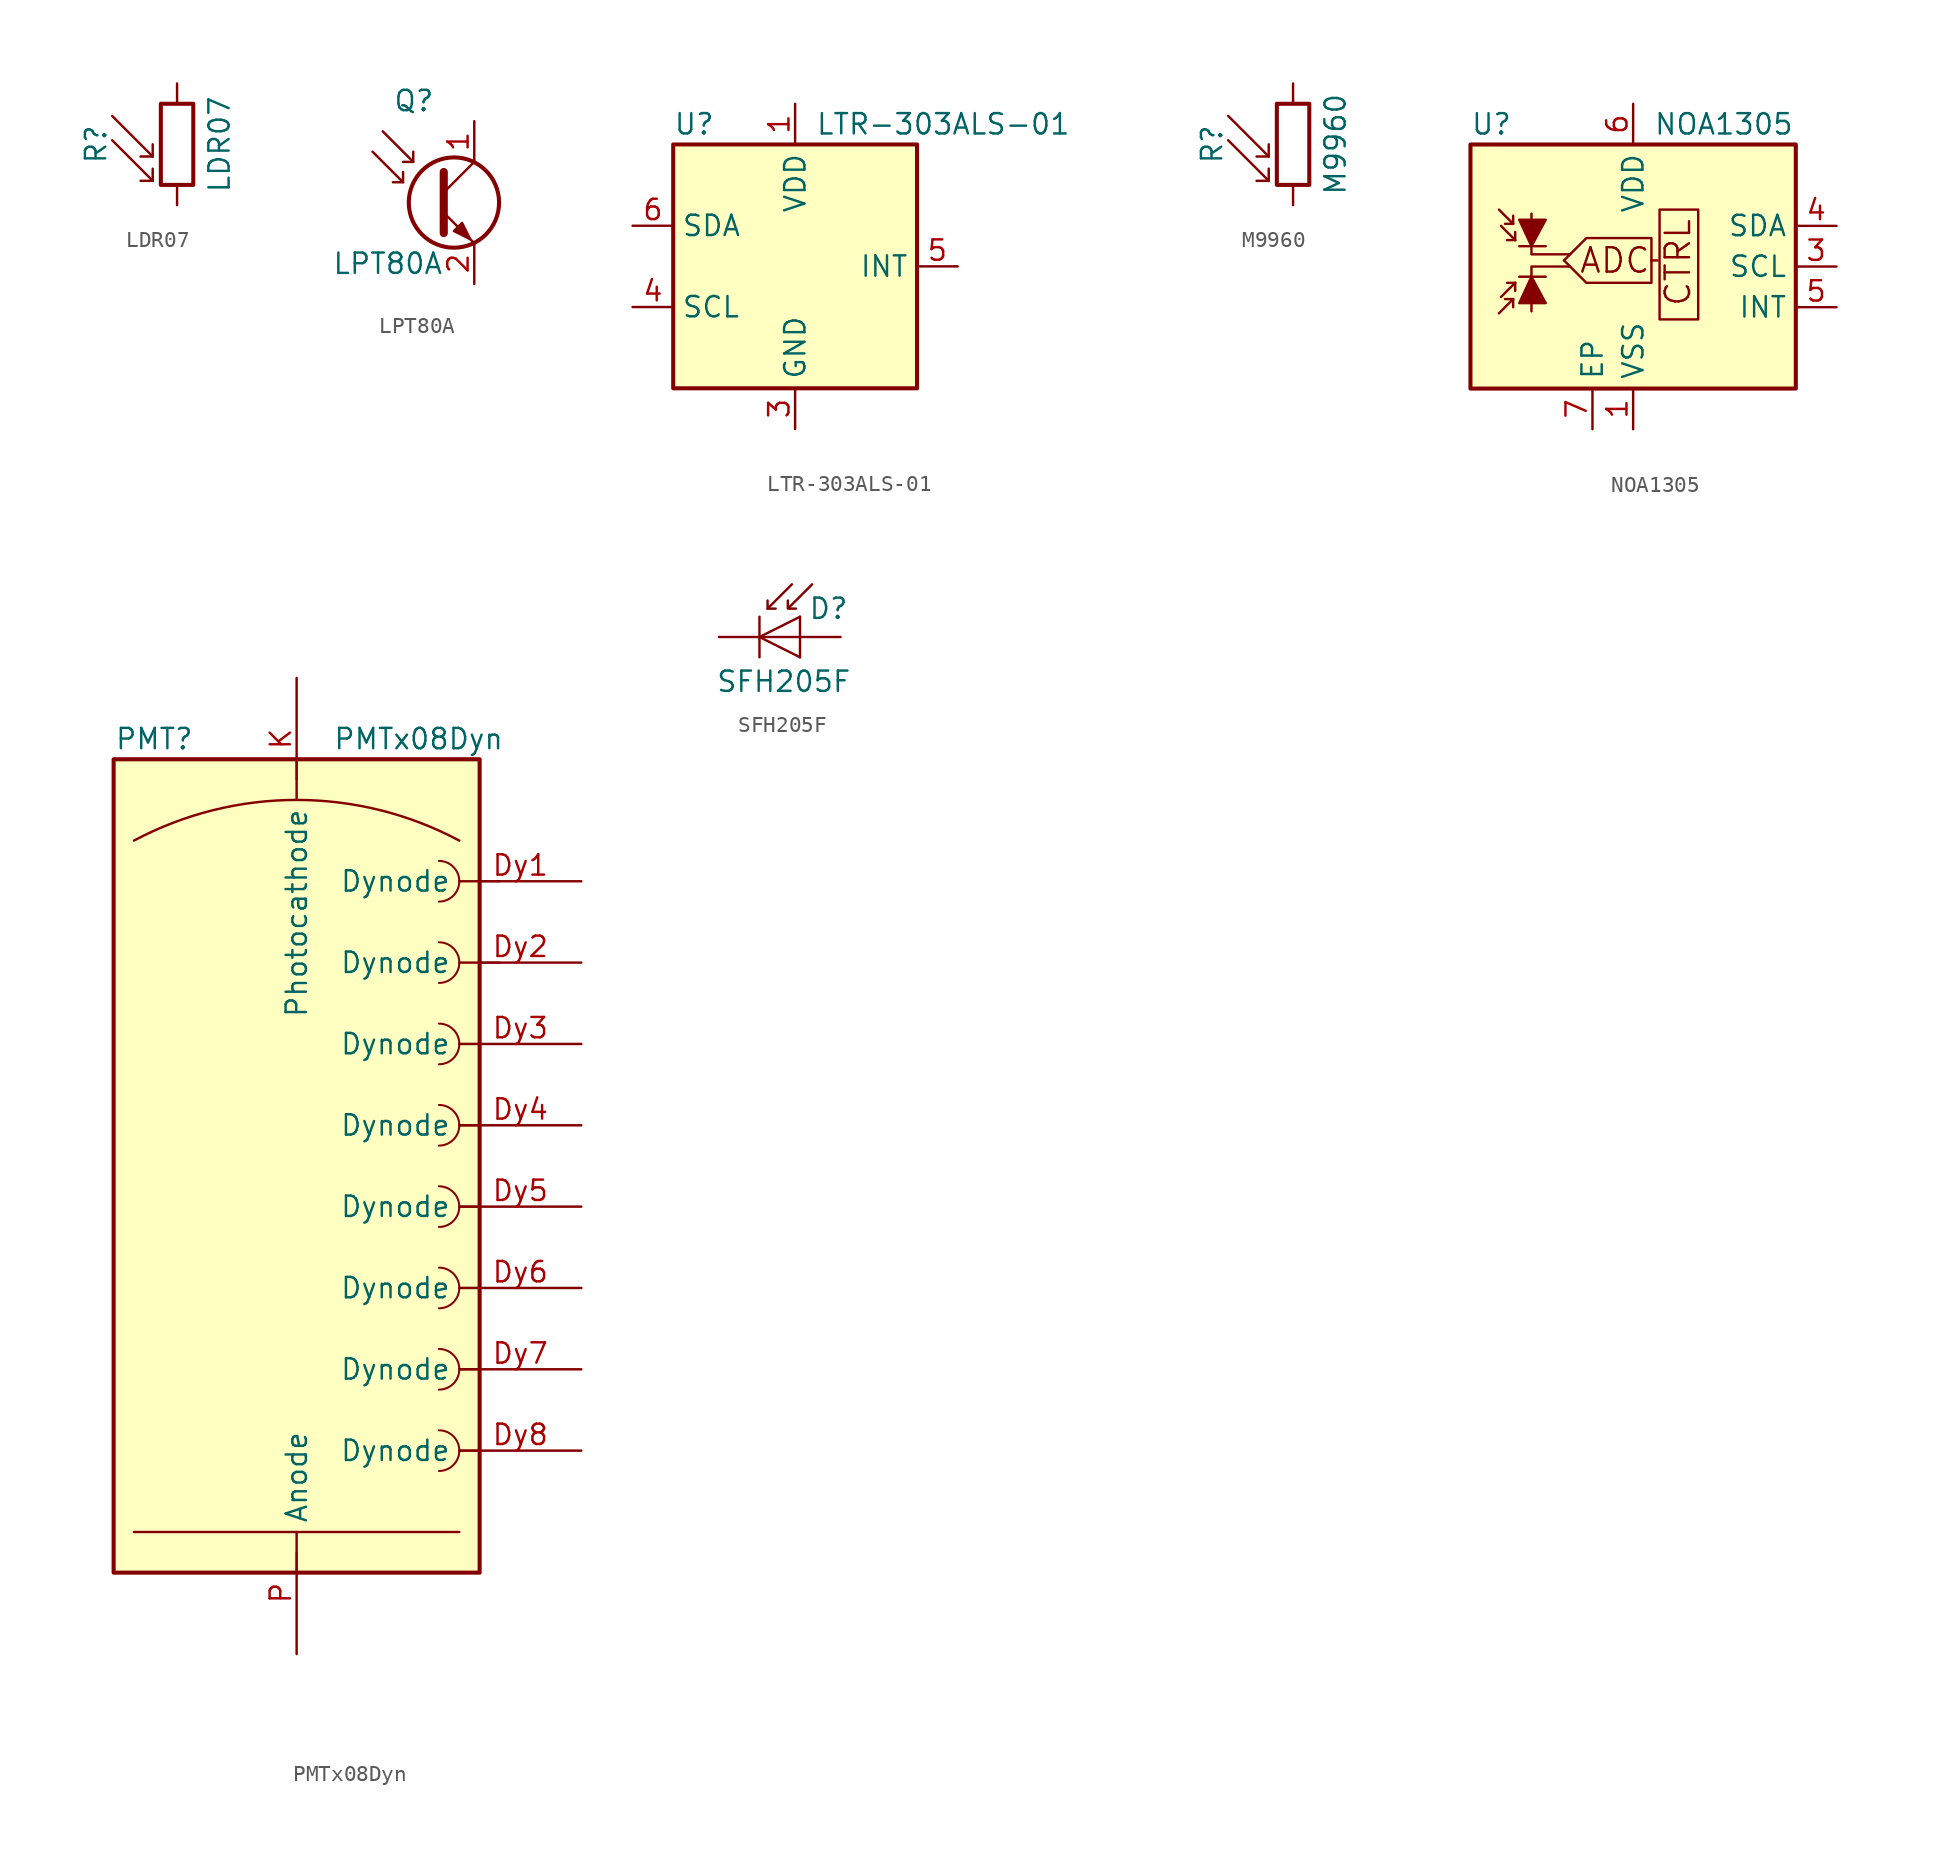
<source format=kicad_sym>
(kicad_symbol_lib
  (version 20201005)
  (generator kicad_symbol_editor)
  (symbol "LDR07"
    (pin_numbers hide)
    (pin_names
      (offset 0))
    (property "Reference" "R"
      (at -5.08 0 90)
      (effects (font (size 1.27 1.27))))
    (property "Value" "LDR07"
      (at 1.905 0 90)
      (effects (font (size 1.27 1.27)) (justify top)))
    (symbol "LDR07_0_1"
      (rectangle (start -1.016 2.54) (end 1.016 -2.54) (stroke (width 0.254)) (fill (type none)))
      (polyline (pts (xy -1.524 -2.286) (xy -4.064 0.254)) (stroke (width 0)) (fill (type none)))
      (polyline (pts (xy -1.524 -2.286) (xy -2.286 -2.286)) (stroke (width 0)) (fill (type none)))
      (polyline (pts (xy -1.524 -2.286) (xy -1.524 -1.524)) (stroke (width 0)) (fill (type none)))
      (polyline (pts (xy -1.524 -0.762) (xy -4.064 1.778)) (stroke (width 0)) (fill (type none)))
      (polyline (pts (xy -1.524 -0.762) (xy -2.286 -0.762)) (stroke (width 0)) (fill (type none)))
      (polyline (pts (xy -1.524 -0.762) (xy -1.524 0)) (stroke (width 0)) (fill (type none))))
    (symbol "LDR07_1_1"
      (pin passive line (at 0 3.81 270) (length 1.27) (name "~" (effects (font (size 1.27 1.27)))) (number "1" (effects (font (size 1.27 1.27)))))
      (pin passive line (at 0 -3.81 90) (length 1.27) (name "~" (effects (font (size 1.27 1.27)))) (number "2" (effects (font (size 1.27 1.27)))))))
  (symbol "LPT80A"
    (pin_names hide)
    (property "Reference" "Q"
      (at -5.08 6.35 0)
      (effects (font (size 1.27 1.27)) (justify left)))
    (property "Value" "LPT80A"
      (at -8.89 -3.81 0)
      (effects (font (size 1.27 1.27)) (justify left)))
    (symbol "LPT80A_0_1"
      (circle (center -1.27 0) (radius 2.819) (stroke (width 0.254)) (fill (type none)))
      (polyline (pts (xy -4.445 1.27) (xy -5.08 1.27)) (stroke (width 0)) (fill (type none)))
      (polyline (pts (xy -3.81 2.54) (xy -4.445 2.54)) (stroke (width 0)) (fill (type none)))
      (polyline (pts (xy -1.905 0.635) (xy 0 2.54)) (stroke (width 0)) (fill (type none)))
      (polyline (pts (xy -6.35 3.175) (xy -4.445 1.27) (xy -4.445 1.905)) (stroke (width 0)) (fill (type none)))
      (polyline (pts (xy -5.715 4.445) (xy -3.81 2.54) (xy -3.81 3.175)) (stroke (width 0)) (fill (type none)))
      (polyline (pts (xy -1.905 -0.635) (xy 0 -2.54) (xy 0 -2.54)) (stroke (width 0)) (fill (type none)))
      (polyline (pts (xy -1.905 1.905) (xy -1.905 -1.905) (xy -1.905 -1.905)) (stroke (width 0.508)) (fill (type none)))
      (polyline (pts (xy -1.27 -1.778) (xy -0.762 -1.27) (xy -0.254 -2.286) (xy -1.27 -1.778) (xy -1.27 -1.778)) (stroke (width 0)) (fill (type outline))))
    (symbol "LPT80A_1_1"
      (pin passive line (at 0 5.08 270) (length 2.54) (name "C" (effects (font (size 1.27 1.27)))) (number "1" (effects (font (size 1.27 1.27)))))
      (pin passive line (at 0 -5.08 90) (length 2.54) (name "E" (effects (font (size 1.27 1.27)))) (number "2" (effects (font (size 1.27 1.27)))))))
  (symbol "LTR-303ALS-01"
    (property "Reference" "U"
      (at -7.62 8.89 0)
      (effects (font (size 1.27 1.27)) (justify left)))
    (property "Value" "LTR-303ALS-01"
      (at 1.27 8.89 0)
      (effects (font (size 1.27 1.27)) (justify left)))
    (symbol "LTR-303ALS-01_0_1"
      (rectangle (start -7.62 7.62) (end 7.62 -7.62) (stroke (width 0.254)) (fill (type background))))
    (symbol "LTR-303ALS-01_1_1"
      (pin power_in line (at 0 10.16 270) (length 2.54) (name "VDD" (effects (font (size 1.27 1.27)))) (number "1" (effects (font (size 1.27 1.27)))))
      (pin no_connect line (at 2.54 0 180) (length 2.54) hide (name "NC" (effects (font (size 1.27 1.27)))) (number "2" (effects (font (size 1.27 1.27)))))
      (pin power_in line (at 0 -10.16 90) (length 2.54) (name "GND" (effects (font (size 1.27 1.27)))) (number "3" (effects (font (size 1.27 1.27)))))
      (pin input line (at -10.16 -2.54 0) (length 2.54) (name "SCL" (effects (font (size 1.27 1.27)))) (number "4" (effects (font (size 1.27 1.27)))))
      (pin open_collector line (at 10.16 0 180) (length 2.54) (name "INT" (effects (font (size 1.27 1.27)))) (number "5" (effects (font (size 1.27 1.27)))))
      (pin bidirectional line (at -10.16 2.54 0) (length 2.54) (name "SDA" (effects (font (size 1.27 1.27)))) (number "6" (effects (font (size 1.27 1.27)))))))
  (symbol "M9960"
    (pin_numbers hide)
    (pin_names
      (offset 0))
    (property "Reference" "R"
      (at -5.08 0 90)
      (effects (font (size 1.27 1.27))))
    (property "Value" "M9960"
      (at 1.905 0 90)
      (effects (font (size 1.27 1.27)) (justify top)))
    (symbol "M9960_0_1"
      (rectangle (start -1.016 2.54) (end 1.016 -2.54) (stroke (width 0.254)) (fill (type none)))
      (polyline (pts (xy -1.524 -2.286) (xy -4.064 0.254)) (stroke (width 0)) (fill (type none)))
      (polyline (pts (xy -1.524 -2.286) (xy -2.286 -2.286)) (stroke (width 0)) (fill (type none)))
      (polyline (pts (xy -1.524 -2.286) (xy -1.524 -1.524)) (stroke (width 0)) (fill (type none)))
      (polyline (pts (xy -1.524 -0.762) (xy -4.064 1.778)) (stroke (width 0)) (fill (type none)))
      (polyline (pts (xy -1.524 -0.762) (xy -2.286 -0.762)) (stroke (width 0)) (fill (type none)))
      (polyline (pts (xy -1.524 -0.762) (xy -1.524 0)) (stroke (width 0)) (fill (type none))))
    (symbol "M9960_1_1"
      (pin passive line (at 0 3.81 270) (length 1.27) (name "~" (effects (font (size 1.27 1.27)))) (number "1" (effects (font (size 1.27 1.27)))))
      (pin passive line (at 0 -3.81 90) (length 1.27) (name "~" (effects (font (size 1.27 1.27)))) (number "2" (effects (font (size 1.27 1.27)))))))
  (symbol "NOA1305"
    (property "Reference" "U"
      (at -10.16 8.89 0)
      (effects (font (size 1.27 1.27)) (justify left)))
    (property "Value" "NOA1305"
      (at 1.27 8.89 0)
      (effects (font (size 1.27 1.27)) (justify left)))
    (symbol "NOA1305_0_0"
      (text "ADC" (at -1.143 0.381 0) (effects (font (size 1.524 1.524))))
      (text "CTRL" (at 2.794 0.254 900) (effects (font (size 1.524 1.524))))
      (rectangle (start 1.651 3.556) (end 4.064 -3.302) (stroke (width 0)) (fill (type none)))
      (polyline (pts (xy 1.143 0.381) (xy 1.524 0.381)) (stroke (width 0)) (fill (type none)))
      (polyline (pts (xy -6.35 -2.794) (xy -6.35 0) (xy -3.937 0)) (stroke (width 0)) (fill (type none)))
      (polyline (pts (xy -6.35 3.302) (xy -6.35 0.762) (xy -3.937 0.762)) (stroke (width 0)) (fill (type none)))
      (polyline (pts (xy -4.318 0.381) (xy -2.921 -1.016) (xy 1.143 -1.016) (xy 1.143 0.381)) (stroke (width 0)) (fill (type none)))
      (polyline (pts (xy -4.318 0.381) (xy -2.921 1.778) (xy 1.143 1.778) (xy 1.143 0.381)) (stroke (width 0)) (fill (type none))))
    (symbol "NOA1305_0_1"
      (rectangle (start 10.16 7.62) (end -10.16 -7.62) (stroke (width 0.254)) (fill (type background)))
      (polyline (pts (xy -7.493 -2.032) (xy -8.382 -2.921)) (stroke (width 0)) (fill (type none)))
      (polyline (pts (xy -7.493 -2.032) (xy -8.001 -2.032)) (stroke (width 0)) (fill (type none)))
      (polyline (pts (xy -7.493 -2.032) (xy -7.493 -2.54)) (stroke (width 0)) (fill (type none)))
      (polyline (pts (xy -7.493 2.667) (xy -8.382 3.556)) (stroke (width 0)) (fill (type none)))
      (polyline (pts (xy -7.493 2.667) (xy -8.001 2.667)) (stroke (width 0)) (fill (type none)))
      (polyline (pts (xy -7.493 2.667) (xy -7.493 3.175)) (stroke (width 0)) (fill (type none)))
      (polyline (pts (xy -7.366 -1.016) (xy -8.255 -1.905)) (stroke (width 0)) (fill (type none)))
      (polyline (pts (xy -7.366 -1.016) (xy -7.874 -1.016)) (stroke (width 0)) (fill (type none)))
      (polyline (pts (xy -7.366 -1.016) (xy -7.366 -1.524)) (stroke (width 0)) (fill (type none)))
      (polyline (pts (xy -7.366 1.651) (xy -8.255 2.54)) (stroke (width 0)) (fill (type none)))
      (polyline (pts (xy -7.366 1.651) (xy -7.874 1.651)) (stroke (width 0)) (fill (type none)))
      (polyline (pts (xy -7.366 1.651) (xy -7.366 2.159)) (stroke (width 0)) (fill (type none)))
      (polyline (pts (xy -7.112 -0.635) (xy -5.461 -0.635)) (stroke (width 0)) (fill (type none)))
      (polyline (pts (xy -7.112 1.27) (xy -5.461 1.27)) (stroke (width 0)) (fill (type none)))
      (polyline (pts (xy -7.112 -2.286) (xy -5.461 -2.286) (xy -6.35 -0.635) (xy -7.112 -2.286)) (stroke (width 0)) (fill (type outline)))
      (polyline (pts (xy -7.112 2.921) (xy -5.461 2.921) (xy -6.35 1.27) (xy -7.112 2.921)) (stroke (width 0)) (fill (type outline))))
    (symbol "NOA1305_1_1"
      (pin power_in line (at 0 -10.16 90) (length 2.54) (name "VSS" (effects (font (size 1.27 1.27)))) (number "1" (effects (font (size 1.27 1.27)))))
      (pin no_connect line (at -10.16 5.08 0) (length 2.54) hide (name "NC" (effects (font (size 1.27 1.27)))) (number "2" (effects (font (size 1.27 1.27)))))
      (pin input line (at 12.7 0 180) (length 2.54) (name "SCL" (effects (font (size 1.27 1.27)))) (number "3" (effects (font (size 1.27 1.27)))))
      (pin bidirectional line (at 12.7 2.54 180) (length 2.54) (name "SDA" (effects (font (size 1.27 1.27)))) (number "4" (effects (font (size 1.27 1.27)))))
      (pin open_collector line (at 12.7 -2.54 180) (length 2.54) (name "INT" (effects (font (size 1.27 1.27)))) (number "5" (effects (font (size 1.27 1.27)))))
      (pin power_in line (at 0 10.16 270) (length 2.54) (name "VDD" (effects (font (size 1.27 1.27)))) (number "6" (effects (font (size 1.27 1.27)))))
      (pin passive line (at -2.54 -10.16 90) (length 2.54) (name "EP" (effects (font (size 1.27 1.27)))) (number "7" (effects (font (size 1.27 1.27)))))))
  (symbol "PMTx08Dyn"
    (property "Reference" "PMT"
      (at -8.89 26.67 0)
      (effects (font (size 1.27 1.27))))
    (property "Value" "PMTx08Dyn"
      (at 7.62 26.67 0)
      (effects (font (size 1.27 1.27))))
    (symbol "PMTx08Dyn_0_1"
      (arc (start -10.16 20.32) (end 10.16 20.32) (radius (at 0 1.27) (length 21.59) (angles 118.1 61.9)) (stroke (width 0)) (fill (type none)))
      (arc (start 8.89 -19.05) (end 8.89 -16.51) (radius (at 8.89 -17.78) (length 1.27) (angles -89.9 89.9)) (stroke (width 0.127)) (fill (type none)))
      (arc (start 8.89 -13.97) (end 8.89 -11.43) (radius (at 8.89 -12.7) (length 1.27) (angles -89.9 89.9)) (stroke (width 0.127)) (fill (type none)))
      (arc (start 8.89 -8.89) (end 8.89 -6.35) (radius (at 8.89 -7.62) (length 1.27) (angles -89.9 89.9)) (stroke (width 0.127)) (fill (type none)))
      (arc (start 8.89 -3.81) (end 8.89 -1.27) (radius (at 8.89 -2.54) (length 1.27) (angles -89.9 89.9)) (stroke (width 0.127)) (fill (type none)))
      (arc (start 8.89 1.27) (end 8.89 3.81) (radius (at 8.89 2.54) (length 1.27) (angles -89.9 89.9)) (stroke (width 0.127)) (fill (type none)))
      (arc (start 8.89 6.35) (end 8.89 8.89) (radius (at 8.89 7.62) (length 1.27) (angles -89.9 89.9)) (stroke (width 0.127)) (fill (type none)))
      (arc (start 8.89 11.43) (end 8.89 13.97) (radius (at 8.89 12.7) (length 1.27) (angles -89.9 89.9)) (stroke (width 0.127)) (fill (type none)))
      (arc (start 8.89 16.51) (end 8.89 19.05) (radius (at 8.89 17.78) (length 1.27) (angles -89.9 89.9)) (stroke (width 0.127)) (fill (type none)))
      (rectangle (start 11.43 -25.4) (end -11.43 25.4) (stroke (width 0.254)) (fill (type background)))
      (polyline (pts (xy 0 -25.4) (xy 0 -24.13)) (stroke (width 0.127)) (fill (type none)))
      (polyline (pts (xy 0 25.4) (xy 0 24.13)) (stroke (width 0.127)) (fill (type none)))
      (polyline (pts (xy 10.16 -22.86) (xy -10.16 -22.86)) (stroke (width 0)) (fill (type none)))
      (polyline (pts (xy 11.43 -17.78) (xy 10.16 -17.78)) (stroke (width 0.127)) (fill (type none)))
      (polyline (pts (xy 11.43 -12.7) (xy 10.16 -12.7)) (stroke (width 0.127)) (fill (type none)))
      (polyline (pts (xy 11.43 -7.62) (xy 10.16 -7.62)) (stroke (width 0.127)) (fill (type none)))
      (polyline (pts (xy 11.43 -2.54) (xy 10.16 -2.54)) (stroke (width 0.127)) (fill (type none)))
      (polyline (pts (xy 11.43 2.54) (xy 10.16 2.54)) (stroke (width 0.127)) (fill (type none)))
      (polyline (pts (xy 11.43 7.62) (xy 10.16 7.62)) (stroke (width 0.127)) (fill (type none)))
      (polyline (pts (xy 12.7 12.7) (xy 11.43 12.7)) (stroke (width 0.127)) (fill (type none)))
      (polyline (pts (xy 12.7 17.78) (xy 11.43 17.78)) (stroke (width 0.127)) (fill (type none))))
    (symbol "PMTx08Dyn_1_1"
      (pin passive line (at 17.78 17.78 180) (length 7.62) (name "Dynode" (effects (font (size 1.27 1.27)))) (number "Dy1" (effects (font (size 1.27 1.27)))))
      (pin passive line (at 17.78 12.7 180) (length 7.62) (name "Dynode" (effects (font (size 1.27 1.27)))) (number "Dy2" (effects (font (size 1.27 1.27)))))
      (pin passive line (at 17.78 7.62 180) (length 7.62) (name "Dynode" (effects (font (size 1.27 1.27)))) (number "Dy3" (effects (font (size 1.27 1.27)))))
      (pin passive line (at 17.78 2.54 180) (length 7.62) (name "Dynode" (effects (font (size 1.27 1.27)))) (number "Dy4" (effects (font (size 1.27 1.27)))))
      (pin passive line (at 17.78 -2.54 180) (length 7.62) (name "Dynode" (effects (font (size 1.27 1.27)))) (number "Dy5" (effects (font (size 1.27 1.27)))))
      (pin passive line (at 17.78 -7.62 180) (length 7.62) (name "Dynode" (effects (font (size 1.27 1.27)))) (number "Dy6" (effects (font (size 1.27 1.27)))))
      (pin passive line (at 17.78 -12.7 180) (length 7.62) (name "Dynode" (effects (font (size 1.27 1.27)))) (number "Dy7" (effects (font (size 1.27 1.27)))))
      (pin passive line (at 17.78 -17.78 180) (length 7.62) (name "Dynode" (effects (font (size 1.27 1.27)))) (number "Dy8" (effects (font (size 1.27 1.27)))))
      (pin passive line (at 0 30.48 270) (length 7.62) (name "Photocathode" (effects (font (size 1.27 1.27)))) (number "K" (effects (font (size 1.27 1.27)))))
      (pin passive line (at 0 -30.48 90) (length 7.62) (name "Anode" (effects (font (size 1.27 1.27)))) (number "P" (effects (font (size 1.27 1.27)))))))
  (symbol "SFH205F"
    (pin_numbers hide)
    (pin_names
      (offset 1.016) hide)
    (property "Reference" "D"
      (at 0.508 1.778 0)
      (effects (font (size 1.27 1.27)) (justify left)))
    (property "Value" "SFH205F"
      (at -1.016 -2.794 0)
      (effects (font (size 1.27 1.27))))
    (symbol "SFH205F_0_1"
      (polyline (pts (xy -2.54 1.27) (xy -2.54 -1.27)) (stroke (width 0.152)) (fill (type none)))
      (polyline (pts (xy -2.032 1.778) (xy -1.524 1.778)) (stroke (width 0)) (fill (type none)))
      (polyline (pts (xy 0 0) (xy -2.54 0)) (stroke (width 0)) (fill (type none)))
      (polyline (pts (xy 0 1.27) (xy 0 -1.27)) (stroke (width 0)) (fill (type none)))
      (polyline (pts (xy -0.508 3.302) (xy -2.032 1.778) (xy -2.032 2.286)) (stroke (width 0)) (fill (type none)))
      (polyline (pts (xy 0 1.27) (xy -2.54 0) (xy 0 -1.27)) (stroke (width 0)) (fill (type none)))
      (polyline (pts (xy 0.762 3.302) (xy -0.762 1.778) (xy -0.762 2.286) (xy -0.762 1.778) (xy -0.254 1.778)) (stroke (width 0)) (fill (type none))))
    (symbol "SFH205F_1_1"
      (pin passive line (at -5.08 0 0) (length 2.54) (name "K" (effects (font (size 1.27 1.27)))) (number "1" (effects (font (size 1.27 1.27)))))
      (pin passive line (at 2.54 0 180) (length 2.54) (name "A" (effects (font (size 1.27 1.27)))) (number "2" (effects (font (size 1.27 1.27))))))))
</source>
